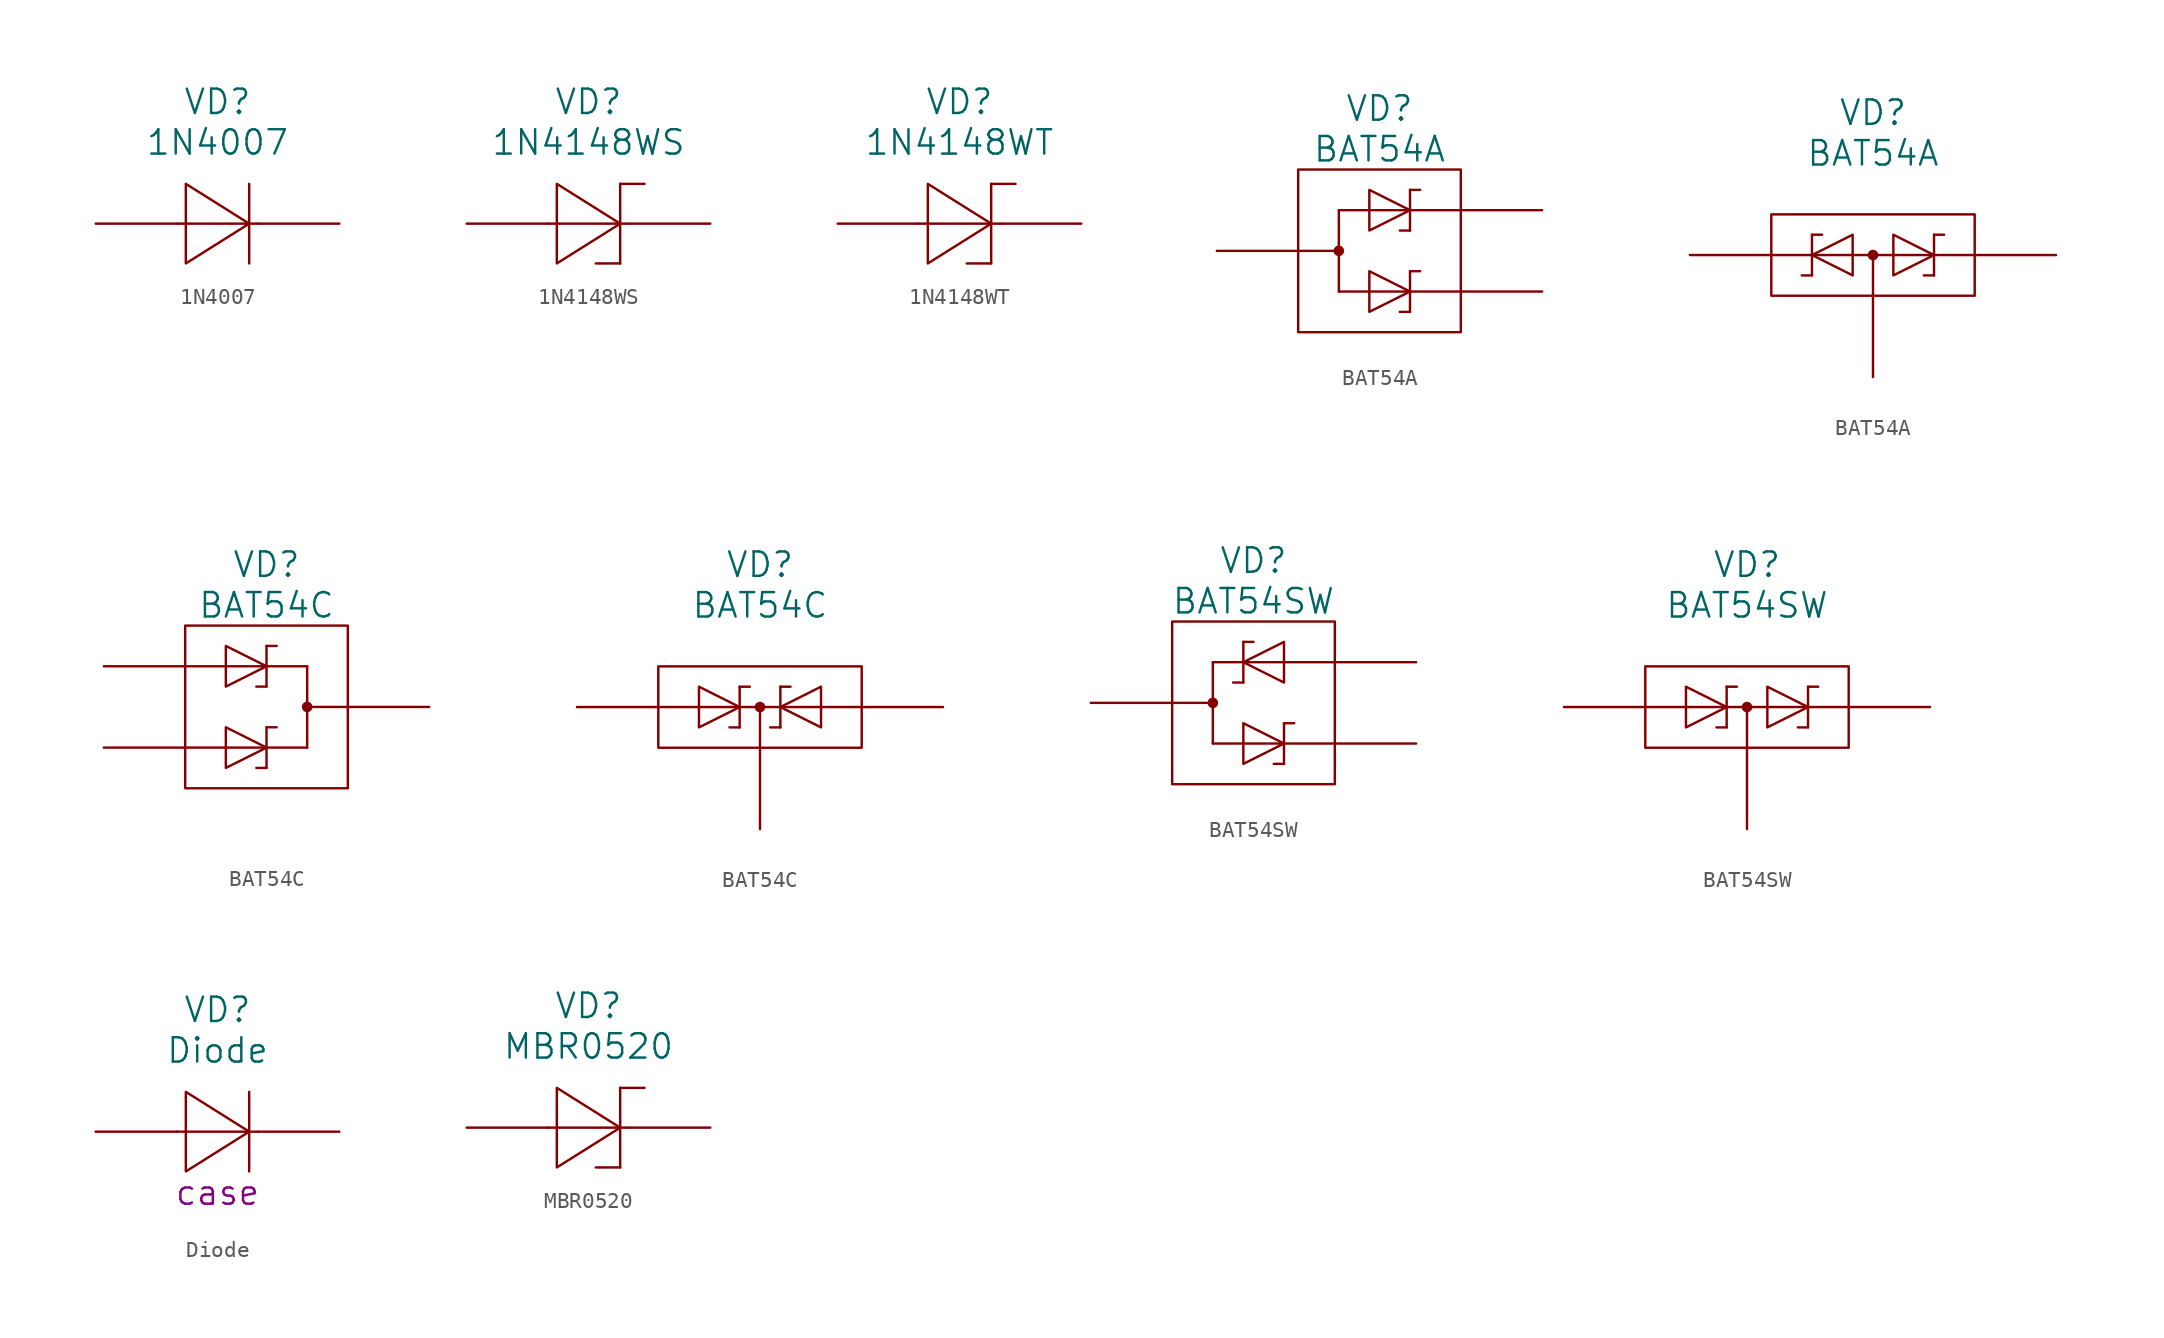
<source format=kicad_sym>
(kicad_symbol_lib
  (version 20220914)
  (generator kicad_symbol_editor)
  (symbol "1N4007"
    (pin_numbers hide)
    (pin_names
      (offset 1.016) hide)
    (property "Reference" "VD"
      (at 0 7.62 0)
      (effects (font (size 1.524 1.524))))
    (property "Value" "1N4007"
      (at 0 5.08 0)
      (effects (font (size 1.524 1.524))))
    (property "Datasheet" ""
      (at -7.62 0 0)
      (effects (font (size 1.524 1.524))))
    (symbol "1N4007_0_1"
      (polyline (pts (xy -2.54 0) (xy 2.54 0)) (stroke (width 0) (type solid)) (fill (type none)))
      (polyline (pts (xy 1.981 2.489) (xy 1.981 -2.489)) (stroke (width 0) (type solid)) (fill (type none)))
      (polyline (pts (xy 1.981 0) (xy -1.981 -2.489) (xy -1.981 2.489) (xy 1.981 0)) (stroke (width 0) (type solid)) (fill (type none))))
    (symbol "1N4007_1_1"
      (pin passive line (at -7.62 0 0) (length 5.08) (name "A" (effects (font (size 1.27 1.27)))) (number "A" (effects (font (size 1.27 1.27)))))
      (pin passive line (at 7.62 0 180) (length 5.08) (name "C" (effects (font (size 1.27 1.27)))) (number "C" (effects (font (size 1.27 1.27)))))))
  (symbol "1N4148WS"
    (pin_numbers hide)
    (pin_names
      (offset 1.016) hide)
    (property "Reference" "VD"
      (at 0 7.62 0)
      (effects (font (size 1.524 1.524))))
    (property "Value" "1N4148WS"
      (at 0 5.08 0)
      (effects (font (size 1.524 1.524))))
    (property "Datasheet" ""
      (at -7.62 0 0)
      (effects (font (size 1.524 1.524))))
    (symbol "1N4148WS_0_1"
      (polyline (pts (xy -2.54 0) (xy 2.54 0)) (stroke (width 0) (type solid)) (fill (type none)))
      (polyline (pts (xy 0.457 -2.489) (xy 1.981 -2.489)) (stroke (width 0) (type solid)) (fill (type none)))
      (polyline (pts (xy 1.981 2.489) (xy 1.981 -2.489)) (stroke (width 0) (type solid)) (fill (type none)))
      (polyline (pts (xy 1.981 2.489) (xy 3.505 2.489)) (stroke (width 0) (type solid)) (fill (type none)))
      (polyline (pts (xy 1.981 0) (xy -1.981 -2.489) (xy -1.981 2.489) (xy 1.981 0)) (stroke (width 0) (type solid)) (fill (type none))))
    (symbol "1N4148WS_1_1"
      (pin passive line (at -7.62 0 0) (length 5.08) (name "A" (effects (font (size 1.27 1.27)))) (number "A" (effects (font (size 1.27 1.27)))))
      (pin passive line (at 7.62 0 180) (length 5.08) (name "C" (effects (font (size 1.27 1.27)))) (number "C" (effects (font (size 1.27 1.27)))))))
  (symbol "1N4148WT"
    (pin_numbers hide)
    (pin_names
      (offset 1.016) hide)
    (property "Reference" "VD"
      (at 0 7.62 0)
      (effects (font (size 1.524 1.524))))
    (property "Value" "1N4148WT"
      (at 0 5.08 0)
      (effects (font (size 1.524 1.524))))
    (property "Datasheet" ""
      (at -7.62 0 0)
      (effects (font (size 1.524 1.524))))
    (symbol "1N4148WT_0_1"
      (polyline (pts (xy -2.54 0) (xy 2.54 0)) (stroke (width 0) (type solid)) (fill (type none)))
      (polyline (pts (xy 0.457 -2.489) (xy 1.981 -2.489)) (stroke (width 0) (type solid)) (fill (type none)))
      (polyline (pts (xy 1.981 2.489) (xy 1.981 -2.489)) (stroke (width 0) (type solid)) (fill (type none)))
      (polyline (pts (xy 1.981 2.489) (xy 3.505 2.489)) (stroke (width 0) (type solid)) (fill (type none)))
      (polyline (pts (xy 1.981 0) (xy -1.981 -2.489) (xy -1.981 2.489) (xy 1.981 0)) (stroke (width 0) (type solid)) (fill (type none))))
    (symbol "1N4148WT_1_1"
      (pin passive line (at -7.62 0 0) (length 5.08) (name "A" (effects (font (size 1.27 1.27)))) (number "A" (effects (font (size 1.27 1.27)))))
      (pin passive line (at 7.62 0 180) (length 5.08) (name "C" (effects (font (size 1.27 1.27)))) (number "C" (effects (font (size 1.27 1.27)))))))
  (symbol "BAT54A"
    (pin_numbers hide)
    (pin_names
      (offset 1.016) hide)
    (property "Reference" "VD"
      (at 0 8.89 0)
      (effects (font (size 1.524 1.524))))
    (property "Value" "BAT54A"
      (at 0 6.35 0)
      (effects (font (size 1.524 1.524))))
    (property "Datasheet" ""
      (at 0 -5.08 0)
      (effects (font (size 1.524 1.524))))
    (symbol "BAT54A_0_1"
      (circle (center -2.54 0) (radius 0.254) (stroke (width 0) (type solid)) (fill (type outline)))
      (polyline (pts (xy -2.54 -2.54) (xy -2.54 2.54)) (stroke (width 0) (type solid)) (fill (type none)))
      (polyline (pts (xy -2.54 -2.54) (xy 5.08 -2.54)) (stroke (width 0) (type solid)) (fill (type none)))
      (polyline (pts (xy -2.54 0) (xy -5.08 0)) (stroke (width 0) (type solid)) (fill (type none)))
      (polyline (pts (xy -2.54 2.54) (xy 5.08 2.54)) (stroke (width 0) (type solid)) (fill (type none)))
      (polyline (pts (xy 1.27 -3.81) (xy 1.905 -3.81)) (stroke (width 0) (type solid)) (fill (type none)))
      (polyline (pts (xy 1.27 1.27) (xy 1.905 1.27)) (stroke (width 0) (type solid)) (fill (type none)))
      (polyline (pts (xy 1.905 -1.27) (xy 1.905 -3.81)) (stroke (width 0) (type solid)) (fill (type none)))
      (polyline (pts (xy 1.905 -1.27) (xy 2.54 -1.27)) (stroke (width 0) (type solid)) (fill (type none)))
      (polyline (pts (xy 1.905 3.81) (xy 1.905 1.27)) (stroke (width 0) (type solid)) (fill (type none)))
      (polyline (pts (xy 1.905 3.81) (xy 2.54 3.81)) (stroke (width 0) (type solid)) (fill (type none)))
      (polyline (pts (xy -0.635 -3.81) (xy -0.635 -1.27) (xy 1.905 -2.54) (xy -0.635 -3.81)) (stroke (width 0) (type solid)) (fill (type none)))
      (polyline (pts (xy -0.635 1.27) (xy -0.635 3.81) (xy 1.905 2.54) (xy -0.635 1.27)) (stroke (width 0) (type solid)) (fill (type none)))
      (rectangle (start 5.08 5.08) (end -5.08 -5.08) (stroke (width 0) (type solid)) (fill (type none))))
    (symbol "BAT54A_0_2"
      (polyline (pts (xy -6.35 0) (xy 6.35 0)) (stroke (width 0) (type solid)) (fill (type none)))
      (polyline (pts (xy -3.81 -1.27) (xy -4.445 -1.27)) (stroke (width 0) (type solid)) (fill (type none)))
      (polyline (pts (xy -3.81 -1.27) (xy -3.81 1.27)) (stroke (width 0) (type solid)) (fill (type none)))
      (polyline (pts (xy -3.175 1.27) (xy -3.81 1.27)) (stroke (width 0) (type solid)) (fill (type none)))
      (polyline (pts (xy 0 -2.54) (xy 0 0)) (stroke (width 0) (type solid)) (fill (type none)))
      (polyline (pts (xy 3.175 -1.27) (xy 3.81 -1.27)) (stroke (width 0) (type solid)) (fill (type none)))
      (polyline (pts (xy 3.81 1.27) (xy 3.81 -1.27)) (stroke (width 0) (type solid)) (fill (type none)))
      (polyline (pts (xy 3.81 1.27) (xy 4.445 1.27)) (stroke (width 0) (type solid)) (fill (type none)))
      (polyline (pts (xy -1.27 1.27) (xy -1.27 -1.27) (xy -3.81 0) (xy -1.27 1.27)) (stroke (width 0) (type solid)) (fill (type none)))
      (polyline (pts (xy 1.27 -1.27) (xy 1.27 1.27) (xy 3.81 0) (xy 1.27 -1.27)) (stroke (width 0) (type solid)) (fill (type none)))
      (circle (center 0 0) (radius 0.254) (stroke (width 0) (type solid)) (fill (type outline)))
      (rectangle (start 6.35 -2.54) (end -6.35 2.54) (stroke (width 0) (type solid)) (fill (type none))))
    (symbol "BAT54A_1_1"
      (pin passive line (at 10.16 2.54 180) (length 5.08) (name "C1" (effects (font (size 1.27 1.27)))) (number "1" (effects (font (size 1.27 1.27)))))
      (pin passive line (at 10.16 -2.54 180) (length 5.08) (name "C2" (effects (font (size 1.27 1.27)))) (number "2" (effects (font (size 1.27 1.27)))))
      (pin passive line (at -10.16 0 0) (length 5.08) (name "A" (effects (font (size 1.27 1.27)))) (number "3" (effects (font (size 1.27 1.27))))))
    (symbol "BAT54A_1_2"
      (pin passive line (at -11.43 0 0) (length 5.08) (name "C1" (effects (font (size 1.27 1.27)))) (number "1" (effects (font (size 1.27 1.27)))))
      (pin passive line (at 11.43 0 180) (length 5.08) (name "C2" (effects (font (size 1.27 1.27)))) (number "2" (effects (font (size 1.27 1.27)))))
      (pin passive line (at 0 -7.62 90) (length 5.08) (name "A" (effects (font (size 1.27 1.27)))) (number "3" (effects (font (size 1.27 1.27)))))))
  (symbol "BAT54C"
    (pin_numbers hide)
    (pin_names
      (offset 1.016) hide)
    (property "Reference" "VD"
      (at 0 8.89 0)
      (effects (font (size 1.524 1.524))))
    (property "Value" "BAT54C"
      (at 0 6.35 0)
      (effects (font (size 1.524 1.524))))
    (property "Datasheet" ""
      (at 0 -7.62 0)
      (effects (font (size 1.524 1.524))))
    (symbol "BAT54C_0_1"
      (polyline (pts (xy -0.635 -3.81) (xy 0 -3.81)) (stroke (width 0) (type solid)) (fill (type none)))
      (polyline (pts (xy -0.635 1.27) (xy 0 1.27)) (stroke (width 0) (type solid)) (fill (type none)))
      (polyline (pts (xy 0 -1.27) (xy 0 -3.81)) (stroke (width 0) (type solid)) (fill (type none)))
      (polyline (pts (xy 0 -1.27) (xy 0.635 -1.27)) (stroke (width 0) (type solid)) (fill (type none)))
      (polyline (pts (xy 0 3.81) (xy 0 1.27)) (stroke (width 0) (type solid)) (fill (type none)))
      (polyline (pts (xy 0 3.81) (xy 0.635 3.81)) (stroke (width 0) (type solid)) (fill (type none)))
      (polyline (pts (xy 2.54 -2.54) (xy -5.08 -2.54)) (stroke (width 0) (type solid)) (fill (type none)))
      (polyline (pts (xy 2.54 0) (xy 5.08 0)) (stroke (width 0) (type solid)) (fill (type none)))
      (polyline (pts (xy 2.54 2.54) (xy -5.08 2.54)) (stroke (width 0) (type solid)) (fill (type none)))
      (polyline (pts (xy 2.54 2.54) (xy 2.54 -2.54)) (stroke (width 0) (type solid)) (fill (type none)))
      (polyline (pts (xy -2.54 -3.81) (xy -2.54 -1.27) (xy 0 -2.54) (xy -2.54 -3.81)) (stroke (width 0) (type solid)) (fill (type none)))
      (polyline (pts (xy -2.54 1.27) (xy -2.54 3.81) (xy 0 2.54) (xy -2.54 1.27)) (stroke (width 0) (type solid)) (fill (type none)))
      (circle (center 2.54 0) (radius 0.254) (stroke (width 0) (type solid)) (fill (type outline)))
      (rectangle (start 5.08 -5.08) (end -5.08 5.08) (stroke (width 0) (type solid)) (fill (type none))))
    (symbol "BAT54C_0_2"
      (polyline (pts (xy -6.35 0) (xy 6.35 0)) (stroke (width 0) (type solid)) (fill (type none)))
      (polyline (pts (xy -1.905 -1.27) (xy -1.27 -1.27)) (stroke (width 0) (type solid)) (fill (type none)))
      (polyline (pts (xy -1.27 1.27) (xy -1.27 -1.27)) (stroke (width 0) (type solid)) (fill (type none)))
      (polyline (pts (xy -1.27 1.27) (xy -0.635 1.27)) (stroke (width 0) (type solid)) (fill (type none)))
      (polyline (pts (xy 0 -2.54) (xy 0 0)) (stroke (width 0) (type solid)) (fill (type none)))
      (polyline (pts (xy 1.27 -1.27) (xy 0.635 -1.27)) (stroke (width 0) (type solid)) (fill (type none)))
      (polyline (pts (xy 1.27 -1.27) (xy 1.27 1.27)) (stroke (width 0) (type solid)) (fill (type none)))
      (polyline (pts (xy 1.905 1.27) (xy 1.27 1.27)) (stroke (width 0) (type solid)) (fill (type none)))
      (polyline (pts (xy -3.81 -1.27) (xy -3.81 1.27) (xy -1.27 0) (xy -3.81 -1.27)) (stroke (width 0) (type solid)) (fill (type none)))
      (polyline (pts (xy 3.81 1.27) (xy 3.81 -1.27) (xy 1.27 0) (xy 3.81 1.27)) (stroke (width 0) (type solid)) (fill (type none)))
      (circle (center 0 0) (radius 0.254) (stroke (width 0) (type solid)) (fill (type outline)))
      (rectangle (start 6.35 -2.54) (end -6.35 2.54) (stroke (width 0) (type solid)) (fill (type none))))
    (symbol "BAT54C_1_1"
      (pin passive line (at -10.16 -2.54 0) (length 5.08) (name "C1" (effects (font (size 1.27 1.27)))) (number "1" (effects (font (size 1.27 1.27)))))
      (pin passive line (at -10.16 2.54 0) (length 5.08) (name "C2" (effects (font (size 1.27 1.27)))) (number "2" (effects (font (size 1.27 1.27)))))
      (pin passive line (at 10.16 0 180) (length 5.08) (name "A" (effects (font (size 1.27 1.27)))) (number "3" (effects (font (size 1.27 1.27))))))
    (symbol "BAT54C_1_2"
      (pin passive line (at -11.43 0 0) (length 5.08) (name "C1" (effects (font (size 1.27 1.27)))) (number "1" (effects (font (size 1.27 1.27)))))
      (pin passive line (at 11.43 0 180) (length 5.08) (name "C2" (effects (font (size 1.27 1.27)))) (number "2" (effects (font (size 1.27 1.27)))))
      (pin passive line (at 0 -7.62 90) (length 5.08) (name "A" (effects (font (size 1.27 1.27)))) (number "3" (effects (font (size 1.27 1.27)))))))
  (symbol "BAT54SW"
    (pin_numbers hide)
    (pin_names
      (offset 1.016) hide)
    (property "Reference" "VD"
      (at 0 8.89 0)
      (effects (font (size 1.524 1.524))))
    (property "Value" "BAT54SW"
      (at 0 6.35 0)
      (effects (font (size 1.524 1.524))))
    (property "Datasheet" ""
      (at 0 -5.08 0)
      (effects (font (size 1.524 1.524))))
    (symbol "BAT54SW_0_1"
      (circle (center -2.54 0) (radius 0.254) (stroke (width 0) (type solid)) (fill (type outline)))
      (polyline (pts (xy -2.54 -2.54) (xy -2.54 2.54)) (stroke (width 0) (type solid)) (fill (type none)))
      (polyline (pts (xy -2.54 -2.54) (xy 5.08 -2.54)) (stroke (width 0) (type solid)) (fill (type none)))
      (polyline (pts (xy -2.54 0) (xy -5.08 0)) (stroke (width 0) (type solid)) (fill (type none)))
      (polyline (pts (xy -2.54 2.54) (xy 5.08 2.54)) (stroke (width 0) (type solid)) (fill (type none)))
      (polyline (pts (xy -0.635 1.27) (xy -1.27 1.27)) (stroke (width 0) (type solid)) (fill (type none)))
      (polyline (pts (xy -0.635 3.81) (xy -0.635 1.27)) (stroke (width 0) (type solid)) (fill (type none)))
      (polyline (pts (xy 0 3.81) (xy -0.635 3.81)) (stroke (width 0) (type solid)) (fill (type none)))
      (polyline (pts (xy 1.27 -3.81) (xy 1.905 -3.81)) (stroke (width 0) (type solid)) (fill (type none)))
      (polyline (pts (xy 1.905 -1.27) (xy 1.905 -3.81)) (stroke (width 0) (type solid)) (fill (type none)))
      (polyline (pts (xy 1.905 -1.27) (xy 2.54 -1.27)) (stroke (width 0) (type solid)) (fill (type none)))
      (polyline (pts (xy -0.635 -3.81) (xy -0.635 -1.27) (xy 1.905 -2.54) (xy -0.635 -3.81)) (stroke (width 0) (type solid)) (fill (type none)))
      (polyline (pts (xy 1.905 1.27) (xy 1.905 3.81) (xy -0.635 2.54) (xy 1.905 1.27)) (stroke (width 0) (type solid)) (fill (type none)))
      (rectangle (start 5.08 5.08) (end -5.08 -5.08) (stroke (width 0) (type solid)) (fill (type none))))
    (symbol "BAT54SW_0_2"
      (polyline (pts (xy -6.35 0) (xy 6.35 0)) (stroke (width 0) (type solid)) (fill (type none)))
      (polyline (pts (xy -1.905 -1.27) (xy -1.27 -1.27)) (stroke (width 0) (type solid)) (fill (type none)))
      (polyline (pts (xy -1.27 -1.27) (xy -1.27 1.27)) (stroke (width 0) (type solid)) (fill (type none)))
      (polyline (pts (xy -1.27 1.27) (xy -0.635 1.27)) (stroke (width 0) (type solid)) (fill (type none)))
      (polyline (pts (xy 0 -2.54) (xy 0 0)) (stroke (width 0) (type solid)) (fill (type none)))
      (polyline (pts (xy 3.175 -1.27) (xy 3.81 -1.27)) (stroke (width 0) (type solid)) (fill (type none)))
      (polyline (pts (xy 3.81 1.27) (xy 3.81 -1.27)) (stroke (width 0) (type solid)) (fill (type none)))
      (polyline (pts (xy 3.81 1.27) (xy 4.445 1.27)) (stroke (width 0) (type solid)) (fill (type none)))
      (polyline (pts (xy -3.81 1.27) (xy -3.81 -1.27) (xy -1.27 0) (xy -3.81 1.27)) (stroke (width 0) (type solid)) (fill (type none)))
      (polyline (pts (xy 1.27 -1.27) (xy 1.27 1.27) (xy 3.81 0) (xy 1.27 -1.27)) (stroke (width 0) (type solid)) (fill (type none)))
      (circle (center 0 0) (radius 0.254) (stroke (width 0) (type solid)) (fill (type outline)))
      (rectangle (start 6.35 -2.54) (end -6.35 2.54) (stroke (width 0) (type solid)) (fill (type none))))
    (symbol "BAT54SW_1_1"
      (pin passive line (at 10.16 2.54 180) (length 5.08) (name "A1" (effects (font (size 1.27 1.27)))) (number "1" (effects (font (size 1.27 1.27)))))
      (pin passive line (at 10.16 -2.54 180) (length 5.08) (name "C2" (effects (font (size 1.27 1.27)))) (number "2" (effects (font (size 1.27 1.27)))))
      (pin passive line (at -10.16 0 0) (length 5.08) (name "AC" (effects (font (size 1.27 1.27)))) (number "3" (effects (font (size 1.27 1.27))))))
    (symbol "BAT54SW_1_2"
      (pin passive line (at -11.43 0 0) (length 5.08) (name "A1" (effects (font (size 1.27 1.27)))) (number "1" (effects (font (size 1.27 1.27)))))
      (pin passive line (at 11.43 0 180) (length 5.08) (name "C2" (effects (font (size 1.27 1.27)))) (number "2" (effects (font (size 1.27 1.27)))))
      (pin passive line (at 0 -7.62 90) (length 5.08) (name "A" (effects (font (size 1.27 1.27)))) (number "3" (effects (font (size 1.27 1.27)))))))
  (symbol "Diode"
    (pin_numbers hide)
    (pin_names
      (offset 1.016) hide)
    (property "Reference" "VD"
      (at 0 7.62 0)
      (effects (font (size 1.524 1.524))))
    (property "Value" "Diode"
      (at 0 5.08 0)
      (effects (font (size 1.524 1.524))))
    (property "Datasheet" ""
      (at -7.62 0 0)
      (effects (font (size 1.524 1.524))))
    (property "Case" "case"
      (at 0 -3.81 0)
      (effects (font (size 1.524 1.524))))
    (symbol "Diode_0_1"
      (polyline (pts (xy -2.54 0) (xy 2.54 0)) (stroke (width 0) (type solid)) (fill (type none)))
      (polyline (pts (xy 1.981 2.489) (xy 1.981 -2.489)) (stroke (width 0) (type solid)) (fill (type none)))
      (polyline (pts (xy 1.981 0) (xy -1.981 -2.489) (xy -1.981 2.489) (xy 1.981 0)) (stroke (width 0) (type solid)) (fill (type none))))
    (symbol "Diode_1_1"
      (pin passive line (at -7.62 0 0) (length 5.08) (name "A" (effects (font (size 1.27 1.27)))) (number "A" (effects (font (size 1.27 1.27)))))
      (pin passive line (at 7.62 0 180) (length 5.08) (name "C" (effects (font (size 1.27 1.27)))) (number "C" (effects (font (size 1.27 1.27)))))))
  (symbol "MBR0520"
    (pin_numbers hide)
    (pin_names
      (offset 1.016) hide)
    (property "Reference" "VD"
      (at 0 7.62 0)
      (effects (font (size 1.524 1.524))))
    (property "Value" "MBR0520"
      (at 0 5.08 0)
      (effects (font (size 1.524 1.524))))
    (property "Datasheet" ""
      (at -7.62 0 0)
      (effects (font (size 1.524 1.524))))
    (symbol "MBR0520_0_1"
      (polyline (pts (xy -2.54 0) (xy 2.54 0)) (stroke (width 0) (type solid)) (fill (type none)))
      (polyline (pts (xy 0.457 -2.489) (xy 1.981 -2.489)) (stroke (width 0) (type solid)) (fill (type none)))
      (polyline (pts (xy 1.981 2.489) (xy 1.981 -2.489)) (stroke (width 0) (type solid)) (fill (type none)))
      (polyline (pts (xy 1.981 2.489) (xy 3.505 2.489)) (stroke (width 0) (type solid)) (fill (type none)))
      (polyline (pts (xy 1.981 0) (xy -1.981 -2.489) (xy -1.981 2.489) (xy 1.981 0)) (stroke (width 0) (type solid)) (fill (type none))))
    (symbol "MBR0520_1_1"
      (pin passive line (at -7.62 0 0) (length 5.08) (name "A" (effects (font (size 1.27 1.27)))) (number "A" (effects (font (size 1.27 1.27)))))
      (pin passive line (at 7.62 0 180) (length 5.08) (name "C" (effects (font (size 1.27 1.27)))) (number "C" (effects (font (size 1.27 1.27))))))))
</source>
